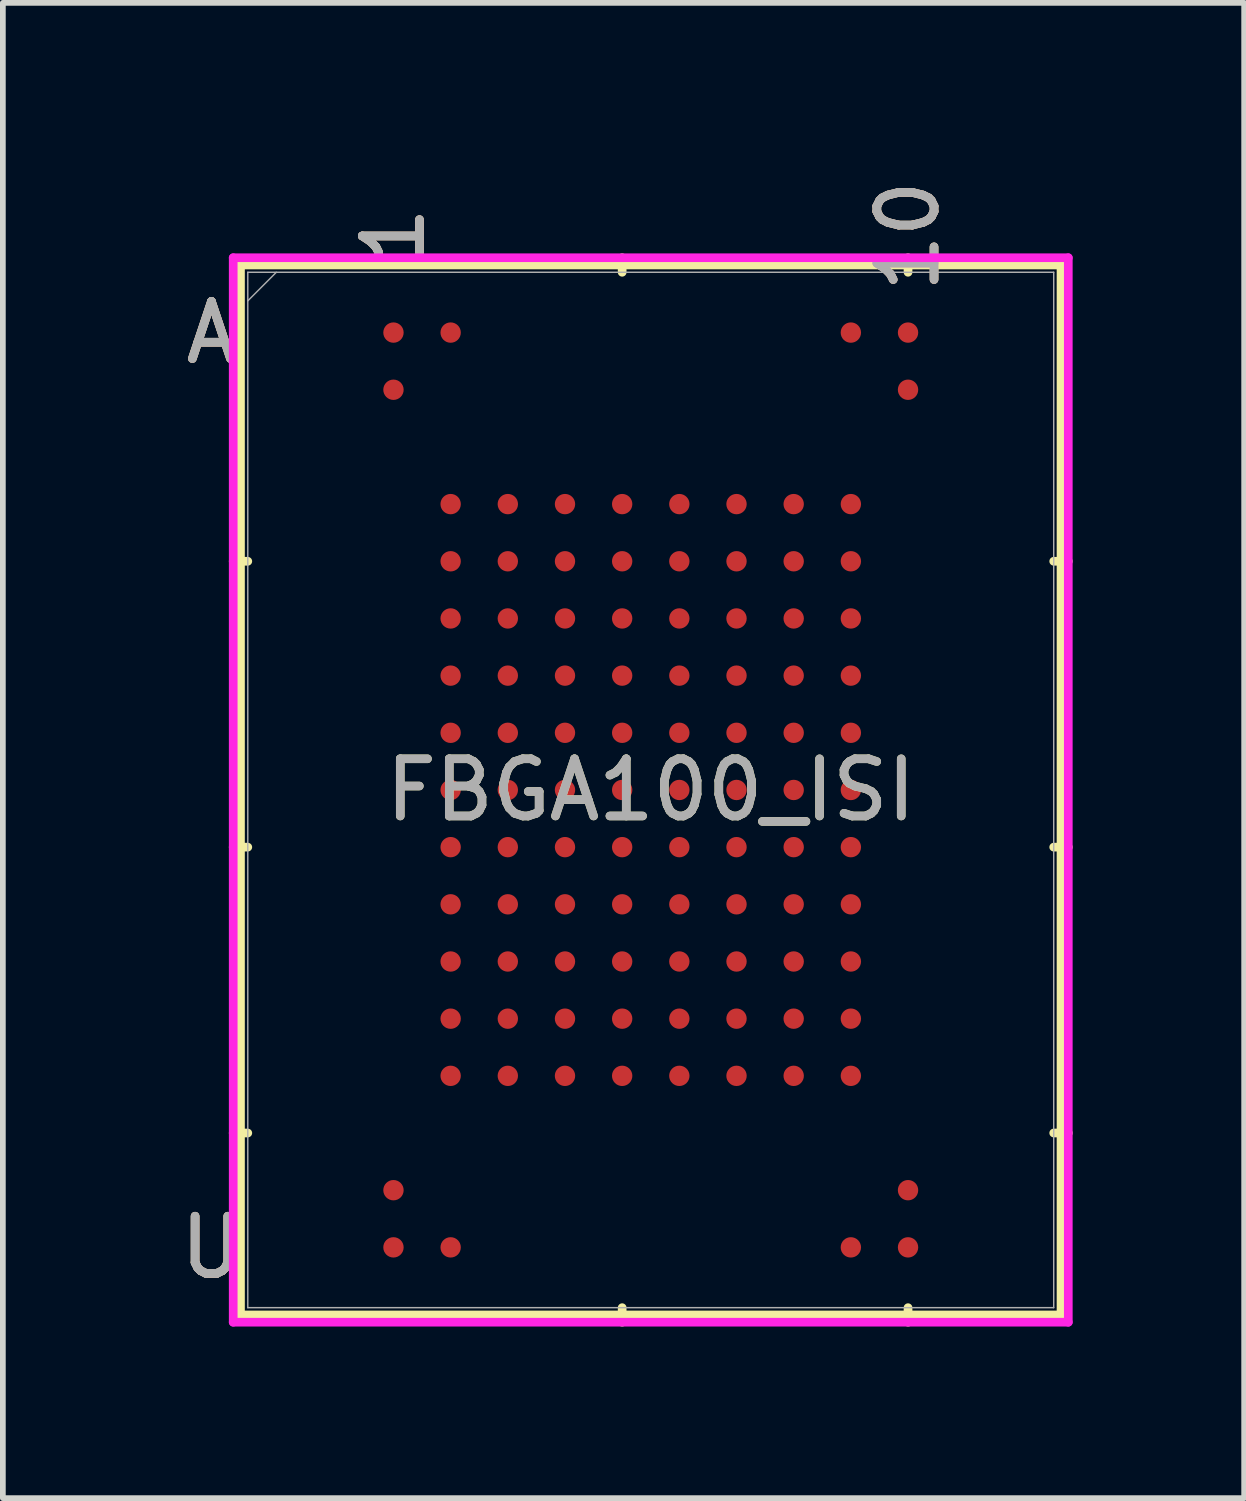
<source format=kicad_pcb>
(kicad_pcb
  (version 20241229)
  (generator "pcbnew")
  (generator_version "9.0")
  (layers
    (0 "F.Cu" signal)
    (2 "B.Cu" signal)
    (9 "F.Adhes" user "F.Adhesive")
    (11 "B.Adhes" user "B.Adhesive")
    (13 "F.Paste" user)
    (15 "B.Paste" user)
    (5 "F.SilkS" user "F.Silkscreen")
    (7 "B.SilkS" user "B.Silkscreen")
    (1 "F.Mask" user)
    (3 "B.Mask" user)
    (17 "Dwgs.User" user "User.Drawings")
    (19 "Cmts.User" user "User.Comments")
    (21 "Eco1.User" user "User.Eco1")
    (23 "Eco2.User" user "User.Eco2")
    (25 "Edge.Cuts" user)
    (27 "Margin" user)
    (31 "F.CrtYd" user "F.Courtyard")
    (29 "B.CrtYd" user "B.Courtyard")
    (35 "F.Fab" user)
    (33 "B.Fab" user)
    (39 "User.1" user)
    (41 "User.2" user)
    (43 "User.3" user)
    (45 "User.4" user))
  (footprint "FBGA100_ISI"
    (layer "F.Cu")
    (at 8.332 10.767)
    (property "Reference" "FBGA100_ISI" (at 0 0 0) (unlocked yes) (layer "F.SilkS") (effects (font (size 1 1) (thickness 0.15))))
    (attr smd)
    (fp_line (start -7.176 -9.182) (end -7.176 9.182) (stroke (width 0.152) (type solid)) (layer "F.SilkS"))
    (fp_line (start -7.176 9.182) (end 7.176 9.182) (stroke (width 0.152) (type solid)) (layer "F.SilkS"))
    (fp_line (start -7.048 -4) (end -7.303 -4) (stroke (width 0.152) (type solid)) (layer "F.SilkS"))
    (fp_line (start -7.048 1) (end -7.303 1) (stroke (width 0.152) (type solid)) (layer "F.SilkS"))
    (fp_line (start -7.048 6) (end -7.303 6) (stroke (width 0.152) (type solid)) (layer "F.SilkS"))
    (fp_line (start -0.5 -9.055) (end -0.5 -9.309) (stroke (width 0.152) (type solid)) (layer "F.SilkS"))
    (fp_line (start -0.5 9.055) (end -0.5 9.309) (stroke (width 0.152) (type solid)) (layer "F.SilkS"))
    (fp_line (start 4.5 -9.055) (end 4.5 -9.309) (stroke (width 0.152) (type solid)) (layer "F.SilkS"))
    (fp_line (start 4.5 9.055) (end 4.5 9.309) (stroke (width 0.152) (type solid)) (layer "F.SilkS"))
    (fp_line (start 7.048 -4) (end 7.303 -4) (stroke (width 0.152) (type solid)) (layer "F.SilkS"))
    (fp_line (start 7.048 1) (end 7.303 1) (stroke (width 0.152) (type solid)) (layer "F.SilkS"))
    (fp_line (start 7.048 6) (end 7.303 6) (stroke (width 0.152) (type solid)) (layer "F.SilkS"))
    (fp_line (start 7.176 -9.182) (end -7.176 -9.182) (stroke (width 0.152) (type solid)) (layer "F.SilkS"))
    (fp_line (start 7.176 9.182) (end 7.176 -9.182) (stroke (width 0.152) (type solid)) (layer "F.SilkS"))
    (fp_poly (pts (xy -5.508 -9.008) (xy 5.508 -9.008) (xy 5.508 9.008) (xy -5.508 9.008)) (stroke (width 0.1) (type solid)) (fill no) (layer "Eco2.User"))
    (fp_line (start -7.303 -9.309) (end 7.303 -9.309) (stroke (width 0.152) (type solid)) (layer "F.CrtYd"))
    (fp_line (start -7.303 9.309) (end -7.303 -9.309) (stroke (width 0.152) (type solid)) (layer "F.CrtYd"))
    (fp_line (start 7.303 -9.309) (end 7.303 9.309) (stroke (width 0.152) (type solid)) (layer "F.CrtYd"))
    (fp_line (start 7.303 9.309) (end -7.303 9.309) (stroke (width 0.152) (type solid)) (layer "F.CrtYd"))
    (fp_line (start -7.048 -9.055) (end -7.048 9.055) (stroke (width 0.025) (type solid)) (layer "F.Fab"))
    (fp_line (start -7.048 9.055) (end 7.048 9.055) (stroke (width 0.025) (type solid)) (layer "F.Fab"))
    (fp_line (start -6.549 -9.055) (end -7.048 -8.555) (stroke (width 0.025) (type solid)) (layer "F.Fab"))
    (fp_line (start 7.048 -9.055) (end -7.048 -9.055) (stroke (width 0.025) (type solid)) (layer "F.Fab"))
    (fp_line (start 7.048 9.055) (end 7.048 -9.055) (stroke (width 0.025) (type solid)) (layer "F.Fab"))
    (fp_text user "U" (at -7.684 8 0) (unlocked yes) (layer "F.SilkS") (effects (font (size 1 1) (thickness 0.15))))
    (fp_text user "1" (at -4.5 -9.69 90) (unlocked yes) (layer "F.SilkS") (effects (font (size 1 1) (thickness 0.15))))
    (fp_text user "A" (at -7.684 -8 0) (unlocked yes) (layer "F.SilkS") (effects (font (size 1 1) (thickness 0.15))))
    (fp_text user "10" (at 4.5 -9.69 90) (unlocked yes) (layer "F.SilkS") (effects (font (size 1 1) (thickness 0.15))))
    (fp_text user "U" (at -7.684 8 0) (unlocked yes) (layer "B.SilkS") (effects (font (size 1 1) (thickness 0.15))))
    (fp_text user "A" (at -7.684 -8 0) (unlocked yes) (layer "B.SilkS") (effects (font (size 1 1) (thickness 0.15))))
    (fp_text user "10" (at 4.5 -9.69 90) (unlocked yes) (layer "B.SilkS") (effects (font (size 1 1) (thickness 0.15))))
    (fp_text user "1" (at -4.5 -9.69 90) (unlocked yes) (layer "B.SilkS") (effects (font (size 1 1) (thickness 0.15))))
    (fp_text user "U" (at -7.684 8 0) (unlocked yes) (layer "F.Fab") (effects (font (size 1 1) (thickness 0.15))))
    (fp_text user "10" (at 4.5 -9.69 90) (unlocked yes) (layer "F.Fab") (effects (font (size 1 1) (thickness 0.15))))
    (fp_text user "${REFERENCE}" (at 0 0 0) (unlocked yes) (layer "F.Fab") (effects (font (size 1 1) (thickness 0.15))))
    (fp_text user "1" (at -4.5 -9.69 90) (unlocked yes) (layer "F.Fab") (effects (font (size 1 1) (thickness 0.15))))
    (fp_text user "A" (at -7.684 -8 0) (unlocked yes) (layer "F.Fab") (effects (font (size 1 1) (thickness 0.15))))
    (pad "A1" smd circle (at -4.5 -8) (size 0.356 0.356) (layers "F.Cu" "F.Mask" "F.Paste"))
    (pad "A2" smd circle (at -3.5 -8) (size 0.356 0.356) (layers "F.Cu" "F.Mask" "F.Paste"))
    (pad "A9" smd circle (at 3.5 -8) (size 0.356 0.356) (layers "F.Cu" "F.Mask" "F.Paste"))
    (pad "A10" smd circle (at 4.5 -8) (size 0.356 0.356) (layers "F.Cu" "F.Mask" "F.Paste"))
    (pad "B1" smd circle (at -4.5 -7) (size 0.356 0.356) (layers "F.Cu" "F.Mask" "F.Paste"))
    (pad "B10" smd circle (at 4.5 -7) (size 0.356 0.356) (layers "F.Cu" "F.Mask" "F.Paste"))
    (pad "D2" smd circle (at -3.5 -5) (size 0.356 0.356) (layers "F.Cu" "F.Mask" "F.Paste"))
    (pad "D3" smd circle (at -2.5 -5) (size 0.356 0.356) (layers "F.Cu" "F.Mask" "F.Paste"))
    (pad "D4" smd circle (at -1.5 -5) (size 0.356 0.356) (layers "F.Cu" "F.Mask" "F.Paste"))
    (pad "D5" smd circle (at -0.5 -5) (size 0.356 0.356) (layers "F.Cu" "F.Mask" "F.Paste"))
    (pad "D6" smd circle (at 0.5 -5) (size 0.356 0.356) (layers "F.Cu" "F.Mask" "F.Paste"))
    (pad "D7" smd circle (at 1.5 -5) (size 0.356 0.356) (layers "F.Cu" "F.Mask" "F.Paste"))
    (pad "D8" smd circle (at 2.5 -5) (size 0.356 0.356) (layers "F.Cu" "F.Mask" "F.Paste"))
    (pad "D9" smd circle (at 3.5 -5) (size 0.356 0.356) (layers "F.Cu" "F.Mask" "F.Paste"))
    (pad "E2" smd circle (at -3.5 -4) (size 0.356 0.356) (layers "F.Cu" "F.Mask" "F.Paste"))
    (pad "E3" smd circle (at -2.5 -4) (size 0.356 0.356) (layers "F.Cu" "F.Mask" "F.Paste"))
    (pad "E4" smd circle (at -1.5 -4) (size 0.356 0.356) (layers "F.Cu" "F.Mask" "F.Paste"))
    (pad "E5" smd circle (at -0.5 -4) (size 0.356 0.356) (layers "F.Cu" "F.Mask" "F.Paste"))
    (pad "E6" smd circle (at 0.5 -4) (size 0.356 0.356) (layers "F.Cu" "F.Mask" "F.Paste"))
    (pad "E7" smd circle (at 1.5 -4) (size 0.356 0.356) (layers "F.Cu" "F.Mask" "F.Paste"))
    (pad "E8" smd circle (at 2.5 -4) (size 0.356 0.356) (layers "F.Cu" "F.Mask" "F.Paste"))
    (pad "E9" smd circle (at 3.5 -4) (size 0.356 0.356) (layers "F.Cu" "F.Mask" "F.Paste"))
    (pad "F2" smd circle (at -3.5 -3) (size 0.356 0.356) (layers "F.Cu" "F.Mask" "F.Paste"))
    (pad "F3" smd circle (at -2.5 -3) (size 0.356 0.356) (layers "F.Cu" "F.Mask" "F.Paste"))
    (pad "F4" smd circle (at -1.5 -3) (size 0.356 0.356) (layers "F.Cu" "F.Mask" "F.Paste"))
    (pad "F5" smd circle (at -0.5 -3) (size 0.356 0.356) (layers "F.Cu" "F.Mask" "F.Paste"))
    (pad "F6" smd circle (at 0.5 -3) (size 0.356 0.356) (layers "F.Cu" "F.Mask" "F.Paste"))
    (pad "F7" smd circle (at 1.5 -3) (size 0.356 0.356) (layers "F.Cu" "F.Mask" "F.Paste"))
    (pad "F8" smd circle (at 2.5 -3) (size 0.356 0.356) (layers "F.Cu" "F.Mask" "F.Paste"))
    (pad "F9" smd circle (at 3.5 -3) (size 0.356 0.356) (layers "F.Cu" "F.Mask" "F.Paste"))
    (pad "G2" smd circle (at -3.5 -2) (size 0.356 0.356) (layers "F.Cu" "F.Mask" "F.Paste"))
    (pad "G3" smd circle (at -2.5 -2) (size 0.356 0.356) (layers "F.Cu" "F.Mask" "F.Paste"))
    (pad "G4" smd circle (at -1.5 -2) (size 0.356 0.356) (layers "F.Cu" "F.Mask" "F.Paste"))
    (pad "G5" smd circle (at -0.5 -2) (size 0.356 0.356) (layers "F.Cu" "F.Mask" "F.Paste"))
    (pad "G6" smd circle (at 0.5 -2) (size 0.356 0.356) (layers "F.Cu" "F.Mask" "F.Paste"))
    (pad "G7" smd circle (at 1.5 -2) (size 0.356 0.356) (layers "F.Cu" "F.Mask" "F.Paste"))
    (pad "G8" smd circle (at 2.5 -2) (size 0.356 0.356) (layers "F.Cu" "F.Mask" "F.Paste"))
    (pad "G9" smd circle (at 3.5 -2) (size 0.356 0.356) (layers "F.Cu" "F.Mask" "F.Paste"))
    (pad "H2" smd circle (at -3.5 -1) (size 0.356 0.356) (layers "F.Cu" "F.Mask" "F.Paste"))
    (pad "H3" smd circle (at -2.5 -1) (size 0.356 0.356) (layers "F.Cu" "F.Mask" "F.Paste"))
    (pad "H4" smd circle (at -1.5 -1) (size 0.356 0.356) (layers "F.Cu" "F.Mask" "F.Paste"))
    (pad "H5" smd circle (at -0.5 -1) (size 0.356 0.356) (layers "F.Cu" "F.Mask" "F.Paste"))
    (pad "H6" smd circle (at 0.5 -1) (size 0.356 0.356) (layers "F.Cu" "F.Mask" "F.Paste"))
    (pad "H7" smd circle (at 1.5 -1) (size 0.356 0.356) (layers "F.Cu" "F.Mask" "F.Paste"))
    (pad "H8" smd circle (at 2.5 -1) (size 0.356 0.356) (layers "F.Cu" "F.Mask" "F.Paste"))
    (pad "H9" smd circle (at 3.5 -1) (size 0.356 0.356) (layers "F.Cu" "F.Mask" "F.Paste"))
    (pad "J2" smd circle (at -3.5 0) (size 0.356 0.356) (layers "F.Cu" "F.Mask" "F.Paste"))
    (pad "J3" smd circle (at -2.5 0) (size 0.356 0.356) (layers "F.Cu" "F.Mask" "F.Paste"))
    (pad "J4" smd circle (at -1.5 0) (size 0.356 0.356) (layers "F.Cu" "F.Mask" "F.Paste"))
    (pad "J5" smd circle (at -0.5 0) (size 0.356 0.356) (layers "F.Cu" "F.Mask" "F.Paste"))
    (pad "J6" smd circle (at 0.5 0) (size 0.356 0.356) (layers "F.Cu" "F.Mask" "F.Paste"))
    (pad "J7" smd circle (at 1.5 0) (size 0.356 0.356) (layers "F.Cu" "F.Mask" "F.Paste"))
    (pad "J8" smd circle (at 2.5 0) (size 0.356 0.356) (layers "F.Cu" "F.Mask" "F.Paste"))
    (pad "J9" smd circle (at 3.5 0) (size 0.356 0.356) (layers "F.Cu" "F.Mask" "F.Paste"))
    (pad "K2" smd circle (at -3.5 1) (size 0.356 0.356) (layers "F.Cu" "F.Mask" "F.Paste"))
    (pad "K3" smd circle (at -2.5 1) (size 0.356 0.356) (layers "F.Cu" "F.Mask" "F.Paste"))
    (pad "K4" smd circle (at -1.5 1) (size 0.356 0.356) (layers "F.Cu" "F.Mask" "F.Paste"))
    (pad "K5" smd circle (at -0.5 1) (size 0.356 0.356) (layers "F.Cu" "F.Mask" "F.Paste"))
    (pad "K6" smd circle (at 0.5 1) (size 0.356 0.356) (layers "F.Cu" "F.Mask" "F.Paste"))
    (pad "K7" smd circle (at 1.5 1) (size 0.356 0.356) (layers "F.Cu" "F.Mask" "F.Paste"))
    (pad "K8" smd circle (at 2.5 1) (size 0.356 0.356) (layers "F.Cu" "F.Mask" "F.Paste"))
    (pad "K9" smd circle (at 3.5 1) (size 0.356 0.356) (layers "F.Cu" "F.Mask" "F.Paste"))
    (pad "L2" smd circle (at -3.5 2) (size 0.356 0.356) (layers "F.Cu" "F.Mask" "F.Paste"))
    (pad "L3" smd circle (at -2.5 2) (size 0.356 0.356) (layers "F.Cu" "F.Mask" "F.Paste"))
    (pad "L4" smd circle (at -1.5 2) (size 0.356 0.356) (layers "F.Cu" "F.Mask" "F.Paste"))
    (pad "L5" smd circle (at -0.5 2) (size 0.356 0.356) (layers "F.Cu" "F.Mask" "F.Paste"))
    (pad "L6" smd circle (at 0.5 2) (size 0.356 0.356) (layers "F.Cu" "F.Mask" "F.Paste"))
    (pad "L7" smd circle (at 1.5 2) (size 0.356 0.356) (layers "F.Cu" "F.Mask" "F.Paste"))
    (pad "L8" smd circle (at 2.5 2) (size 0.356 0.356) (layers "F.Cu" "F.Mask" "F.Paste"))
    (pad "L9" smd circle (at 3.5 2) (size 0.356 0.356) (layers "F.Cu" "F.Mask" "F.Paste"))
    (pad "M2" smd circle (at -3.5 3) (size 0.356 0.356) (layers "F.Cu" "F.Mask" "F.Paste"))
    (pad "M3" smd circle (at -2.5 3) (size 0.356 0.356) (layers "F.Cu" "F.Mask" "F.Paste"))
    (pad "M4" smd circle (at -1.5 3) (size 0.356 0.356) (layers "F.Cu" "F.Mask" "F.Paste"))
    (pad "M5" smd circle (at -0.5 3) (size 0.356 0.356) (layers "F.Cu" "F.Mask" "F.Paste"))
    (pad "M6" smd circle (at 0.5 3) (size 0.356 0.356) (layers "F.Cu" "F.Mask" "F.Paste"))
    (pad "M7" smd circle (at 1.5 3) (size 0.356 0.356) (layers "F.Cu" "F.Mask" "F.Paste"))
    (pad "M8" smd circle (at 2.5 3) (size 0.356 0.356) (layers "F.Cu" "F.Mask" "F.Paste"))
    (pad "M9" smd circle (at 3.5 3) (size 0.356 0.356) (layers "F.Cu" "F.Mask" "F.Paste"))
    (pad "N2" smd circle (at -3.5 4) (size 0.356 0.356) (layers "F.Cu" "F.Mask" "F.Paste"))
    (pad "N3" smd circle (at -2.5 4) (size 0.356 0.356) (layers "F.Cu" "F.Mask" "F.Paste"))
    (pad "N4" smd circle (at -1.5 4) (size 0.356 0.356) (layers "F.Cu" "F.Mask" "F.Paste"))
    (pad "N5" smd circle (at -0.5 4) (size 0.356 0.356) (layers "F.Cu" "F.Mask" "F.Paste"))
    (pad "N6" smd circle (at 0.5 4) (size 0.356 0.356) (layers "F.Cu" "F.Mask" "F.Paste"))
    (pad "N7" smd circle (at 1.5 4) (size 0.356 0.356) (layers "F.Cu" "F.Mask" "F.Paste"))
    (pad "N8" smd circle (at 2.5 4) (size 0.356 0.356) (layers "F.Cu" "F.Mask" "F.Paste"))
    (pad "N9" smd circle (at 3.5 4) (size 0.356 0.356) (layers "F.Cu" "F.Mask" "F.Paste"))
    (pad "P2" smd circle (at -3.5 5) (size 0.356 0.356) (layers "F.Cu" "F.Mask" "F.Paste"))
    (pad "P3" smd circle (at -2.5 5) (size 0.356 0.356) (layers "F.Cu" "F.Mask" "F.Paste"))
    (pad "P4" smd circle (at -1.5 5) (size 0.356 0.356) (layers "F.Cu" "F.Mask" "F.Paste"))
    (pad "P5" smd circle (at -0.5 5) (size 0.356 0.356) (layers "F.Cu" "F.Mask" "F.Paste"))
    (pad "P6" smd circle (at 0.5 5) (size 0.356 0.356) (layers "F.Cu" "F.Mask" "F.Paste"))
    (pad "P7" smd circle (at 1.5 5) (size 0.356 0.356) (layers "F.Cu" "F.Mask" "F.Paste"))
    (pad "P8" smd circle (at 2.5 5) (size 0.356 0.356) (layers "F.Cu" "F.Mask" "F.Paste"))
    (pad "P9" smd circle (at 3.5 5) (size 0.356 0.356) (layers "F.Cu" "F.Mask" "F.Paste"))
    (pad "T1" smd circle (at -4.5 7) (size 0.356 0.356) (layers "F.Cu" "F.Mask" "F.Paste"))
    (pad "T10" smd circle (at 4.5 7) (size 0.356 0.356) (layers "F.Cu" "F.Mask" "F.Paste"))
    (pad "U1" smd circle (at -4.5 8) (size 0.356 0.356) (layers "F.Cu" "F.Mask" "F.Paste"))
    (pad "U2" smd circle (at -3.5 8) (size 0.356 0.356) (layers "F.Cu" "F.Mask" "F.Paste"))
    (pad "U9" smd circle (at 3.5 8) (size 0.356 0.356) (layers "F.Cu" "F.Mask" "F.Paste"))
    (pad "U10" smd circle (at 4.5 8) (size 0.356 0.356) (layers "F.Cu" "F.Mask" "F.Paste")))
  (gr_rect
    (start -3 -3)
    (end 18.711 23.153)
    (stroke (width 0.1) (type default))
    (fill no)
    (layer "Edge.Cuts")))
</source>
